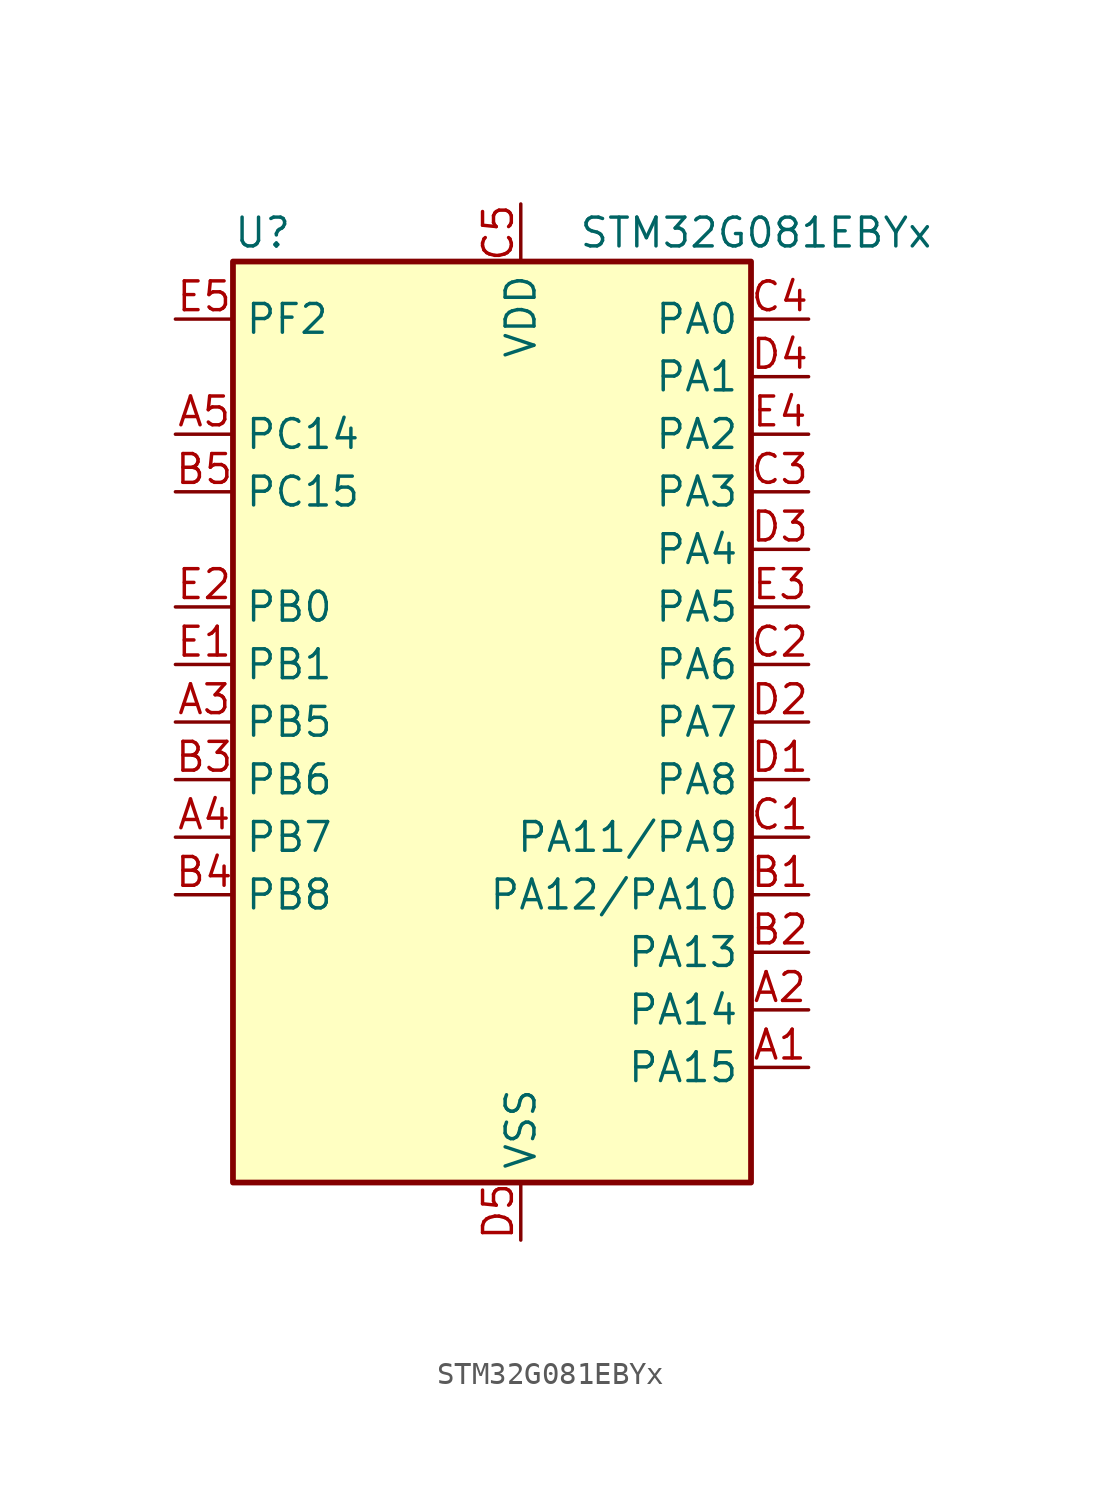
<source format=kicad_sym>
(kicad_symbol_lib
  (version 20211014)
  (generator kicad-library-utils)
  (symbol "STM32G081EBYx"
    (property "Reference" "U"
      (at -10.16 21.59 0)
      (effects (font (size 1.27 1.27)) (justify left)))
    (property "Value" "STM32G081EBYx"
      (at 5.08 21.59 0)
      (effects (font (size 1.27 1.27)) (justify left)))
    (property "ki_fp_filters" "*"
      (at 0.0 0.0 0.0)
      (effects (font (size 1.27 1.27))))
    (symbol "STM32G081EBYx_0_1"
      (rectangle (start -10.16 -20.32) (end 12.7 20.32) (stroke (width 0.254)) (fill (type background))))
    (symbol "STM32G081EBYx_1_1"
      (pin bidirectional line (at -12.7 17.78 0) (length 2.54) (name "PF2" (effects (font (size 1.27 1.27)))) (number "E5" (effects (font (size 1.27 1.27)))) (alternate "RCC_MCO" bidirectional line))
      (pin bidirectional line (at -12.7 12.7 0) (length 2.54) (name "PC14" (effects (font (size 1.27 1.27)))) (number "A5" (effects (font (size 1.27 1.27)))) (alternate "RCC_OSC32_IN" bidirectional line) (alternate "RCC_OSC_IN" bidirectional line) (alternate "TIM1_BK2" bidirectional line))
      (pin bidirectional line (at -12.7 10.16 0) (length 2.54) (name "PC15" (effects (font (size 1.27 1.27)))) (number "B5" (effects (font (size 1.27 1.27)))) (alternate "RCC_OSC32_EN" bidirectional line) (alternate "RCC_OSC32_OUT" bidirectional line) (alternate "RCC_OSC_EN" bidirectional line) (alternate "TIM15_BK" bidirectional line))
      (pin bidirectional line (at -12.7 5.08 0) (length 2.54) (name "PB0" (effects (font (size 1.27 1.27)))) (number "E2" (effects (font (size 1.27 1.27)))) (alternate "ADC1_IN8" bidirectional line) (alternate "COMP1_OUT" bidirectional line) (alternate "I2S1_WS" bidirectional line) (alternate "LPTIM1_OUT" bidirectional line) (alternate "SPI1_NSS" bidirectional line) (alternate "TIM1_CH2N" bidirectional line) (alternate "TIM3_CH3" bidirectional line) (alternate "USART3_RX" bidirectional line))
      (pin bidirectional line (at -12.7 2.54 0) (length 2.54) (name "PB1" (effects (font (size 1.27 1.27)))) (number "E1" (effects (font (size 1.27 1.27)))) (alternate "ADC1_IN9" bidirectional line) (alternate "COMP1_INM" bidirectional line) (alternate "LPTIM2_IN1" bidirectional line) (alternate "LPUART1_DE" bidirectional line) (alternate "LPUART1_RTS" bidirectional line) (alternate "TIM14_CH1" bidirectional line) (alternate "TIM1_CH3N" bidirectional line) (alternate "TIM3_CH4" bidirectional line) (alternate "USART3_CK" bidirectional line) (alternate "USART3_DE" bidirectional line) (alternate "USART3_RTS" bidirectional line))
      (pin bidirectional line (at -12.7 0.0 0) (length 2.54) (name "PB5" (effects (font (size 1.27 1.27)))) (number "A3" (effects (font (size 1.27 1.27)))) (alternate "COMP2_OUT" bidirectional line) (alternate "I2C1_SMBA" bidirectional line) (alternate "I2S1_SD" bidirectional line) (alternate "LPTIM1_IN1" bidirectional line) (alternate "SPI1_MOSI" bidirectional line) (alternate "SYS_WKUP6" bidirectional line) (alternate "TIM16_BK" bidirectional line) (alternate "TIM3_CH2" bidirectional line))
      (pin bidirectional line (at -12.7 -2.54 0) (length 2.54) (name "PB6" (effects (font (size 1.27 1.27)))) (number "B3" (effects (font (size 1.27 1.27)))) (alternate "COMP2_INP" bidirectional line) (alternate "I2C1_SCL" bidirectional line) (alternate "LPTIM1_ETR" bidirectional line) (alternate "SPI2_MISO" bidirectional line) (alternate "TIM16_CH1N" bidirectional line) (alternate "TIM1_CH3" bidirectional line) (alternate "USART1_TX" bidirectional line))
      (pin bidirectional line (at -12.7 -5.08 0) (length 2.54) (name "PB7" (effects (font (size 1.27 1.27)))) (number "A4" (effects (font (size 1.27 1.27)))) (alternate "COMP2_INM" bidirectional line) (alternate "I2C1_SDA" bidirectional line) (alternate "LPTIM1_IN2" bidirectional line) (alternate "SPI2_MOSI" bidirectional line) (alternate "SYS_PVD_IN" bidirectional line) (alternate "TIM17_CH1N" bidirectional line) (alternate "USART1_RX" bidirectional line) (alternate "USART4_CTS" bidirectional line) (alternate "USART4_NSS" bidirectional line))
      (pin bidirectional line (at -12.7 -7.62 0) (length 2.54) (name "PB8" (effects (font (size 1.27 1.27)))) (number "B4" (effects (font (size 1.27 1.27)))) (alternate "CEC" bidirectional line) (alternate "I2C1_SCL" bidirectional line) (alternate "SPI2_SCK" bidirectional line) (alternate "TIM15_BK" bidirectional line) (alternate "TIM16_CH1" bidirectional line) (alternate "USART3_TX" bidirectional line))
      (pin bidirectional line (at 15.24 17.78 180) (length 2.54) (name "PA0" (effects (font (size 1.27 1.27)))) (number "C4" (effects (font (size 1.27 1.27)))) (alternate "ADC1_IN0" bidirectional line) (alternate "COMP1_INM" bidirectional line) (alternate "COMP1_OUT" bidirectional line) (alternate "LPTIM1_OUT" bidirectional line) (alternate "RTC_TAMP_IN2" bidirectional line) (alternate "SPI2_SCK" bidirectional line) (alternate "SYS_WKUP1" bidirectional line) (alternate "TIM2_CH1" bidirectional line) (alternate "TIM2_ETR" bidirectional line) (alternate "USART2_CTS" bidirectional line) (alternate "USART2_NSS" bidirectional line) (alternate "USART4_TX" bidirectional line))
      (pin bidirectional line (at 15.24 15.24 180) (length 2.54) (name "PA1" (effects (font (size 1.27 1.27)))) (number "D4" (effects (font (size 1.27 1.27)))) (alternate "ADC1_IN1" bidirectional line) (alternate "COMP1_INP" bidirectional line) (alternate "I2C1_SMBA" bidirectional line) (alternate "I2S1_CK" bidirectional line) (alternate "SPI1_SCK" bidirectional line) (alternate "TIM15_CH1N" bidirectional line) (alternate "TIM2_CH2" bidirectional line) (alternate "USART2_CK" bidirectional line) (alternate "USART2_DE" bidirectional line) (alternate "USART2_RTS" bidirectional line) (alternate "USART4_RX" bidirectional line))
      (pin bidirectional line (at 15.24 12.7 180) (length 2.54) (name "PA2" (effects (font (size 1.27 1.27)))) (number "E4" (effects (font (size 1.27 1.27)))) (alternate "ADC1_IN2" bidirectional line) (alternate "COMP2_INM" bidirectional line) (alternate "COMP2_OUT" bidirectional line) (alternate "I2S1_SD" bidirectional line) (alternate "LPUART1_TX" bidirectional line) (alternate "RCC_LSCO" bidirectional line) (alternate "SPI1_MOSI" bidirectional line) (alternate "SYS_WKUP4" bidirectional line) (alternate "TIM15_CH1" bidirectional line) (alternate "TIM2_CH3" bidirectional line) (alternate "USART2_TX" bidirectional line))
      (pin bidirectional line (at 15.24 10.16 180) (length 2.54) (name "PA3" (effects (font (size 1.27 1.27)))) (number "C3" (effects (font (size 1.27 1.27)))) (alternate "ADC1_IN3" bidirectional line) (alternate "COMP2_INP" bidirectional line) (alternate "LPUART1_RX" bidirectional line) (alternate "SPI2_MISO" bidirectional line) (alternate "TIM15_CH2" bidirectional line) (alternate "TIM2_CH4" bidirectional line) (alternate "USART2_RX" bidirectional line))
      (pin bidirectional line (at 15.24 7.62 180) (length 2.54) (name "PA4" (effects (font (size 1.27 1.27)))) (number "D3" (effects (font (size 1.27 1.27)))) (alternate "ADC1_IN4" bidirectional line) (alternate "DAC1_OUT1" bidirectional line) (alternate "I2S1_WS" bidirectional line) (alternate "LPTIM2_OUT" bidirectional line) (alternate "RTC_OUT_ALARM" bidirectional line) (alternate "RTC_OUT_CALIB" bidirectional line) (alternate "RTC_TAMP_IN1" bidirectional line) (alternate "RTC_TS" bidirectional line) (alternate "SPI1_NSS" bidirectional line) (alternate "SPI2_MOSI" bidirectional line) (alternate "SYS_WKUP2" bidirectional line) (alternate "TIM14_CH1" bidirectional line))
      (pin bidirectional line (at 15.24 5.08 180) (length 2.54) (name "PA5" (effects (font (size 1.27 1.27)))) (number "E3" (effects (font (size 1.27 1.27)))) (alternate "ADC1_IN5" bidirectional line) (alternate "CEC" bidirectional line) (alternate "DAC1_OUT2" bidirectional line) (alternate "I2S1_CK" bidirectional line) (alternate "LPTIM2_ETR" bidirectional line) (alternate "SPI1_SCK" bidirectional line) (alternate "TIM2_CH1" bidirectional line) (alternate "TIM2_ETR" bidirectional line) (alternate "USART3_TX" bidirectional line))
      (pin bidirectional line (at 15.24 2.54 180) (length 2.54) (name "PA6" (effects (font (size 1.27 1.27)))) (number "C2" (effects (font (size 1.27 1.27)))) (alternate "ADC1_IN6" bidirectional line) (alternate "COMP1_OUT" bidirectional line) (alternate "I2S1_MCK" bidirectional line) (alternate "LPUART1_CTS" bidirectional line) (alternate "SPI1_MISO" bidirectional line) (alternate "TIM16_CH1" bidirectional line) (alternate "TIM1_BK" bidirectional line) (alternate "TIM3_CH1" bidirectional line) (alternate "USART3_CTS" bidirectional line) (alternate "USART3_NSS" bidirectional line))
      (pin bidirectional line (at 15.24 0.0 180) (length 2.54) (name "PA7" (effects (font (size 1.27 1.27)))) (number "D2" (effects (font (size 1.27 1.27)))) (alternate "ADC1_IN7" bidirectional line) (alternate "COMP2_OUT" bidirectional line) (alternate "I2S1_SD" bidirectional line) (alternate "SPI1_MOSI" bidirectional line) (alternate "TIM14_CH1" bidirectional line) (alternate "TIM17_CH1" bidirectional line) (alternate "TIM1_CH1N" bidirectional line) (alternate "TIM3_CH2" bidirectional line))
      (pin bidirectional line (at 15.24 -2.54 180) (length 2.54) (name "PA8" (effects (font (size 1.27 1.27)))) (number "D1" (effects (font (size 1.27 1.27)))) (alternate "LPTIM2_OUT" bidirectional line) (alternate "RCC_MCO" bidirectional line) (alternate "SPI2_NSS" bidirectional line) (alternate "TIM1_CH1" bidirectional line))
      (pin bidirectional line (at 15.24 -5.08 180) (length 2.54) (name "PA11/PA9" (effects (font (size 1.27 1.27)))) (number "C1" (effects (font (size 1.27 1.27)))) (alternate "ADC1_EXTI11" bidirectional line) (alternate "COMP1_OUT" bidirectional line) (alternate "I2C2_SCL" bidirectional line) (alternate "I2S1_MCK" bidirectional line) (alternate "SPI1_MISO" bidirectional line) (alternate "TIM1_BK2" bidirectional line) (alternate "TIM1_CH4" bidirectional line) (alternate "USART1_CTS" bidirectional line) (alternate "USART1_NSS" bidirectional line))
      (pin bidirectional line (at 15.24 -7.62 180) (length 2.54) (name "PA12/PA10" (effects (font (size 1.27 1.27)))) (number "B1" (effects (font (size 1.27 1.27)))) (alternate "COMP2_OUT" bidirectional line) (alternate "I2C2_SDA" bidirectional line) (alternate "I2S1_SD" bidirectional line) (alternate "I2S_CKIN" bidirectional line) (alternate "SPI1_MOSI" bidirectional line) (alternate "TIM1_ETR" bidirectional line) (alternate "USART1_CK" bidirectional line) (alternate "USART1_DE" bidirectional line) (alternate "USART1_RTS" bidirectional line))
      (pin bidirectional line (at 15.24 -10.16 180) (length 2.54) (name "PA13" (effects (font (size 1.27 1.27)))) (number "B2" (effects (font (size 1.27 1.27)))) (alternate "IR_OUT" bidirectional line) (alternate "SYS_SWDIO" bidirectional line))
      (pin bidirectional line (at 15.24 -12.7 180) (length 2.54) (name "PA14" (effects (font (size 1.27 1.27)))) (number "A2" (effects (font (size 1.27 1.27)))) (alternate "SYS_SWCLK" bidirectional line) (alternate "USART2_TX" bidirectional line))
      (pin bidirectional line (at 15.24 -15.24 180) (length 2.54) (name "PA15" (effects (font (size 1.27 1.27)))) (number "A1" (effects (font (size 1.27 1.27)))) (alternate "I2S1_WS" bidirectional line) (alternate "SPI1_NSS" bidirectional line) (alternate "TIM2_CH1" bidirectional line) (alternate "TIM2_ETR" bidirectional line) (alternate "USART2_RX" bidirectional line) (alternate "USART3_CK" bidirectional line) (alternate "USART3_DE" bidirectional line) (alternate "USART3_RTS" bidirectional line) (alternate "USART4_CK" bidirectional line) (alternate "USART4_DE" bidirectional line) (alternate "USART4_RTS" bidirectional line))
      (pin power_in line (at 2.54 22.86 270) (length 2.54) (name "VDD" (effects (font (size 1.27 1.27)))) (number "C5" (effects (font (size 1.27 1.27)))))
      (pin power_in line (at 2.54 -22.86 90) (length 2.54) (name "VSS" (effects (font (size 1.27 1.27)))) (number "D5" (effects (font (size 1.27 1.27))))))))
</source>
